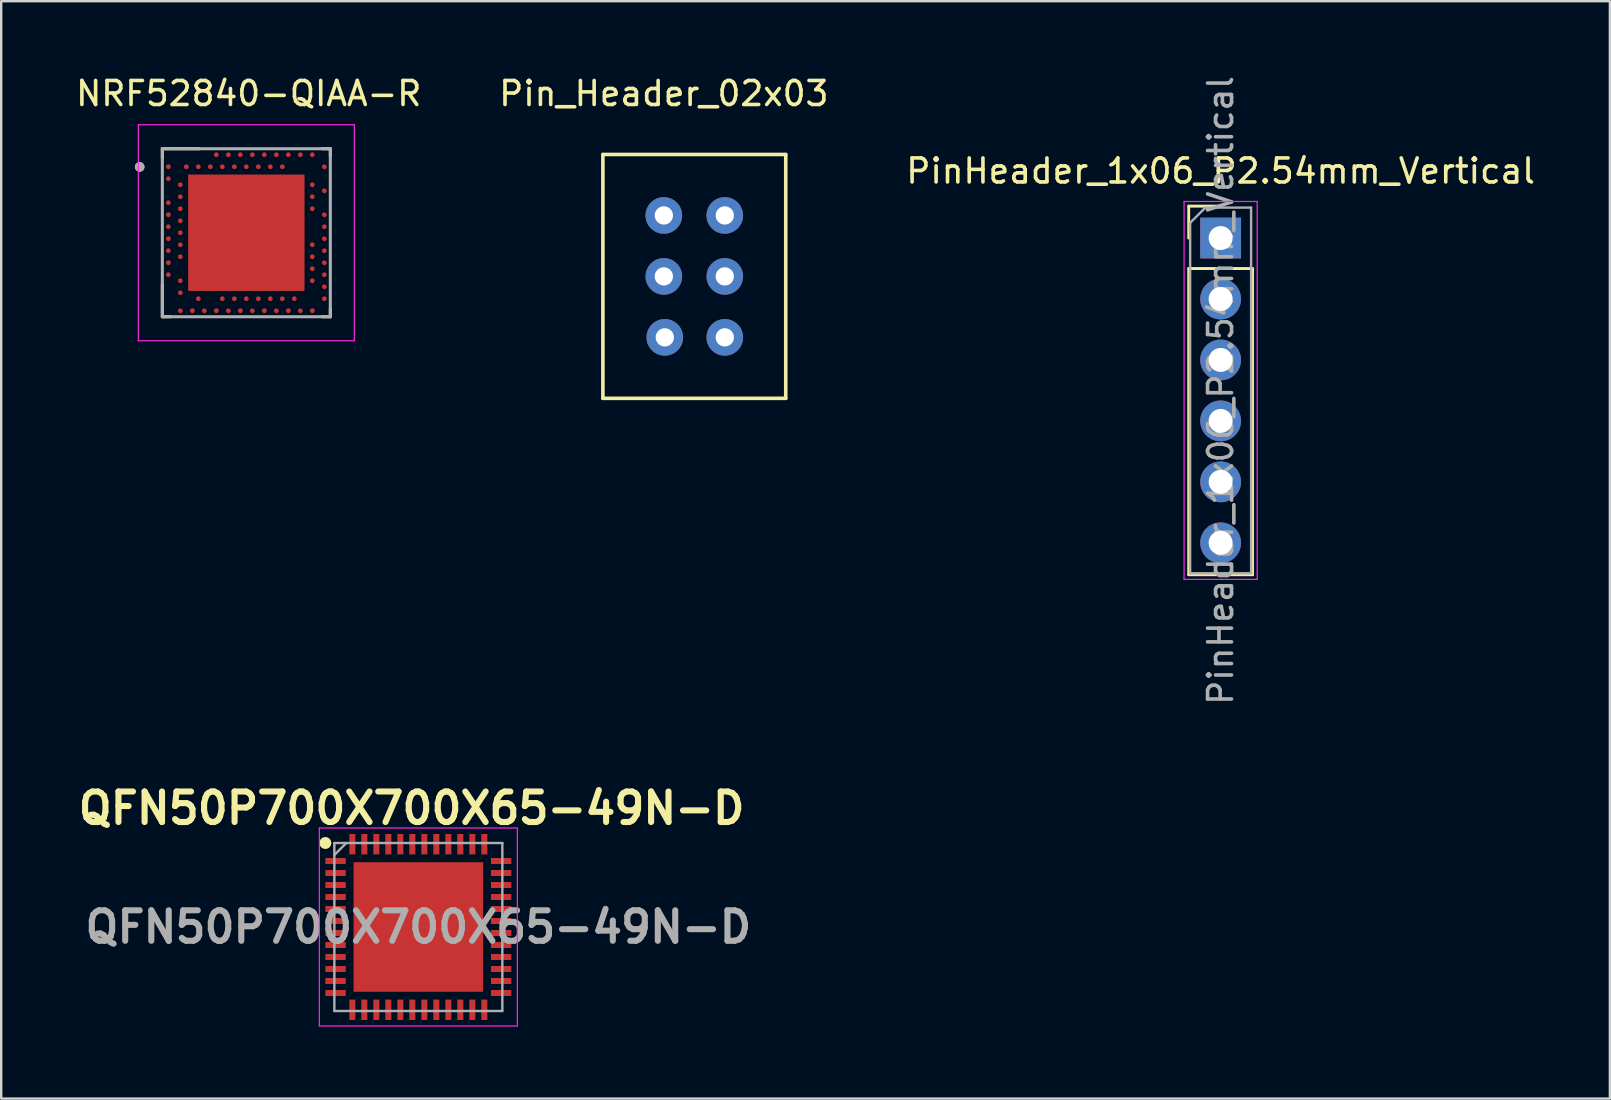
<source format=kicad_pcb>
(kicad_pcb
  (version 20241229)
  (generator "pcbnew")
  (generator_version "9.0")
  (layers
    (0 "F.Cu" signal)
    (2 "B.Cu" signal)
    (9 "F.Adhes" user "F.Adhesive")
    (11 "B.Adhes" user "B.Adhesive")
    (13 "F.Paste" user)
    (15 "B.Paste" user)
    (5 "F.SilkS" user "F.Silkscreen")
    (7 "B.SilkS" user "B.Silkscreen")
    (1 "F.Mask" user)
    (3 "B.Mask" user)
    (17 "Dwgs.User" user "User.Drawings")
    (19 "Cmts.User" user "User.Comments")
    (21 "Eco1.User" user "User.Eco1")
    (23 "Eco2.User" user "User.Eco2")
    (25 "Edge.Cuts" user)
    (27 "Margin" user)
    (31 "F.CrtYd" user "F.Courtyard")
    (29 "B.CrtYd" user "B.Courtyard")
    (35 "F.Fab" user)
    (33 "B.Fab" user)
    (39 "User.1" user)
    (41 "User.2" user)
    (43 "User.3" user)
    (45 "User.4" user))
  (footprint "Pin_Header_02x03"
    (layer "F.Cu")
    (at 24.613 8.468)
    (property "Reference" "Pin_Header_02x03" (at 0 -7.62 0) (layer "F.SilkS") (effects (font (size 1 1) (thickness 0.15))))
    (attr through_hole)
    (fp_line (start -2.54 -5.08) (end -2.54 5.08) (stroke (width 0.15) (type solid)) (layer "F.SilkS"))
    (fp_line (start -2.54 5.08) (end 5.08 5.08) (stroke (width 0.15) (type solid)) (layer "F.SilkS"))
    (fp_line (start 5.08 -5.08) (end -2.54 -5.08) (stroke (width 0.15) (type solid)) (layer "F.SilkS"))
    (fp_line (start 5.08 5.08) (end 5.08 -5.08) (stroke (width 0.15) (type solid)) (layer "F.SilkS"))
    (pad "1" thru_hole circle (at 0.04 2.54) (size 1.524 1.524) (drill 0.762) (layers "*.Cu" "*.Mask"))
    (pad "2" thru_hole circle (at 0 0) (size 1.524 1.524) (drill 0.762) (layers "*.Cu" "*.Mask"))
    (pad "3" thru_hole circle (at 0 -2.54) (size 1.524 1.524) (drill 0.762) (layers "*.Cu" "*.Mask"))
    (pad "4" thru_hole circle (at 2.54 -2.54) (size 1.524 1.524) (drill 0.762) (layers "*.Cu" "*.Mask"))
    (pad "5" thru_hole circle (at 2.54 0) (size 1.524 1.524) (drill 0.762) (layers "*.Cu" "*.Mask"))
    (pad "6" thru_hole circle (at 2.54 2.54) (size 1.524 1.524) (drill 0.762) (layers "*.Cu" "*.Mask")))
  (footprint "NRF52840-QIAA-R"
    (layer "F.Cu")
    (at 7.215 6.648)
    (property "Reference" "NRF52840-QIAA-R" (at 0.1 -5.8 0) (layer "F.SilkS") (effects (font (size 1 1) (thickness 0.15))))
    (attr through_hole)
    (fp_line (start -3.5 -3.5) (end -1.95 -3.5) (stroke (width 0.127) (type solid)) (layer "F.SilkS"))
    (fp_line (start -3.5 -3.1) (end -3.5 -3.5) (stroke (width 0.127) (type solid)) (layer "F.SilkS"))
    (fp_line (start -3.5 3.5) (end -3.5 2.15) (stroke (width 0.127) (type solid)) (layer "F.SilkS"))
    (fp_line (start -3.15 3.5) (end -3.5 3.5) (stroke (width 0.127) (type solid)) (layer "F.SilkS"))
    (fp_line (start 3.15 -3.5) (end 3.5 -3.5) (stroke (width 0.127) (type solid)) (layer "F.SilkS"))
    (fp_line (start 3.5 -3.5) (end 3.5 -3.2) (stroke (width 0.127) (type solid)) (layer "F.SilkS"))
    (fp_line (start 3.5 3.15) (end 3.5 3.5) (stroke (width 0.127) (type solid)) (layer "F.SilkS"))
    (fp_line (start 3.5 3.5) (end 3.15 3.5) (stroke (width 0.127) (type solid)) (layer "F.SilkS"))
    (fp_circle (center -4.445 -2.743) (end -4.345 -2.743) (stroke (width 0.2) (type solid)) (fill no) (layer "F.SilkS"))
    (fp_poly (pts (xy -2.075 -2.075) (xy -0.355 -2.075) (xy -0.355 -0.355) (xy -2.075 -0.355)) (stroke (width 0.01) (type solid)) (fill yes) (layer "F.Paste"))
    (fp_poly (pts (xy -2.075 0.355) (xy -0.355 0.355) (xy -0.355 2.075) (xy -2.075 2.075)) (stroke (width 0.01) (type solid)) (fill yes) (layer "F.Paste"))
    (fp_poly (pts (xy 0.355 -2.075) (xy 2.075 -2.075) (xy 2.075 -0.355) (xy 0.355 -0.355)) (stroke (width 0.01) (type solid)) (fill yes) (layer "F.Paste"))
    (fp_poly (pts (xy 0.355 0.355) (xy 2.075 0.355) (xy 2.075 2.075) (xy 0.355 2.075)) (stroke (width 0.01) (type solid)) (fill yes) (layer "F.Paste"))
    (fp_line (start -4.5 -4.5) (end -4.5 4.5) (stroke (width 0.05) (type solid)) (layer "F.CrtYd"))
    (fp_line (start -4.5 4.5) (end 4.5 4.5) (stroke (width 0.05) (type solid)) (layer "F.CrtYd"))
    (fp_line (start 4.5 -4.5) (end -4.5 -4.5) (stroke (width 0.05) (type solid)) (layer "F.CrtYd"))
    (fp_line (start 4.5 4.5) (end 4.5 -4.5) (stroke (width 0.05) (type solid)) (layer "F.CrtYd"))
    (fp_line (start -3.5 -3.5) (end 3.5 -3.5) (stroke (width 0.127) (type solid)) (layer "F.Fab"))
    (fp_line (start -3.5 3.5) (end -3.5 -3.5) (stroke (width 0.127) (type solid)) (layer "F.Fab"))
    (fp_line (start 3.5 -3.5) (end 3.5 3.5) (stroke (width 0.127) (type solid)) (layer "F.Fab"))
    (fp_line (start 3.5 3.5) (end -3.5 3.5) (stroke (width 0.127) (type solid)) (layer "F.Fab"))
    (fp_circle (center -4.445 -2.743) (end -4.345 -2.743) (stroke (width 0.2) (type solid)) (fill no) (layer "F.Fab"))
    (pad "74" smd rect (at 0 0) (size 4.85 4.85) (layers "F.Cu" "F.Mask"))
    (pad "A8" smd circle (at -1.25 -3.25) (size 0.2 0.2) (layers "F.Cu" "F.Mask" "F.Paste"))
    (pad "A10" smd circle (at -0.75 -3.25) (size 0.2 0.2) (layers "F.Cu" "F.Mask" "F.Paste"))
    (pad "A12" smd circle (at -0.25 -3.25) (size 0.2 0.2) (layers "F.Cu" "F.Mask" "F.Paste"))
    (pad "A14" smd circle (at 0.25 -3.25) (size 0.2 0.2) (layers "F.Cu" "F.Mask" "F.Paste"))
    (pad "A16" smd circle (at 0.75 -3.25) (size 0.2 0.2) (layers "F.Cu" "F.Mask" "F.Paste"))
    (pad "A18" smd circle (at 1.25 -3.25) (size 0.2 0.2) (layers "F.Cu" "F.Mask" "F.Paste"))
    (pad "A20" smd circle (at 1.75 -3.25) (size 0.2 0.2) (layers "F.Cu" "F.Mask" "F.Paste"))
    (pad "A22" smd circle (at 2.25 -3.25) (size 0.2 0.2) (layers "F.Cu" "F.Mask" "F.Paste"))
    (pad "A23" smd circle (at 2.75 -3.25) (size 0.2 0.2) (layers "F.Cu" "F.Mask" "F.Paste"))
    (pad "AA24" smd circle (at 3.25 2.25) (size 0.2 0.2) (layers "F.Cu" "F.Mask" "F.Paste"))
    (pad "AB2" smd circle (at -2.75 2.5) (size 0.2 0.2) (layers "F.Cu" "F.Mask" "F.Paste"))
    (pad "AC5" smd circle (at -2 2.75) (size 0.2 0.2) (layers "F.Cu" "F.Mask" "F.Paste"))
    (pad "AC9" smd circle (at -1 2.75) (size 0.2 0.2) (layers "F.Cu" "F.Mask" "F.Paste"))
    (pad "AC11" smd circle (at -0.5 2.75) (size 0.2 0.2) (layers "F.Cu" "F.Mask" "F.Paste"))
    (pad "AC13" smd circle (at 0 2.75) (size 0.2 0.2) (layers "F.Cu" "F.Mask" "F.Paste"))
    (pad "AC15" smd circle (at 0.5 2.75) (size 0.2 0.2) (layers "F.Cu" "F.Mask" "F.Paste"))
    (pad "AC17" smd circle (at 1 2.75) (size 0.2 0.2) (layers "F.Cu" "F.Mask" "F.Paste"))
    (pad "AC19" smd circle (at 1.5 2.75) (size 0.2 0.2) (layers "F.Cu" "F.Mask" "F.Paste"))
    (pad "AC21" smd circle (at 2 2.75) (size 0.2 0.2) (layers "F.Cu" "F.Mask" "F.Paste"))
    (pad "AC24" smd circle (at 3.25 2.75) (size 0.2 0.2) (layers "F.Cu" "F.Mask" "F.Paste"))
    (pad "AD2" smd circle (at -2.75 3.25) (size 0.2 0.2) (layers "F.Cu" "F.Mask" "F.Paste"))
    (pad "AD4" smd circle (at -2.25 3.25) (size 0.2 0.2) (layers "F.Cu" "F.Mask" "F.Paste"))
    (pad "AD6" smd circle (at -1.75 3.25) (size 0.2 0.2) (layers "F.Cu" "F.Mask" "F.Paste"))
    (pad "AD8" smd circle (at -1.25 3.25) (size 0.2 0.2) (layers "F.Cu" "F.Mask" "F.Paste"))
    (pad "AD10" smd circle (at -0.75 3.25) (size 0.2 0.2) (layers "F.Cu" "F.Mask" "F.Paste"))
    (pad "AD12" smd circle (at -0.25 3.25) (size 0.2 0.2) (layers "F.Cu" "F.Mask" "F.Paste"))
    (pad "AD14" smd circle (at 0.25 3.25) (size 0.2 0.2) (layers "F.Cu" "F.Mask" "F.Paste"))
    (pad "AD16" smd circle (at 0.75 3.25) (size 0.2 0.2) (layers "F.Cu" "F.Mask" "F.Paste"))
    (pad "AD18" smd circle (at 1.25 3.25) (size 0.2 0.2) (layers "F.Cu" "F.Mask" "F.Paste"))
    (pad "AD20" smd circle (at 1.75 3.25) (size 0.2 0.2) (layers "F.Cu" "F.Mask" "F.Paste"))
    (pad "AD22" smd circle (at 2.25 3.25) (size 0.2 0.2) (layers "F.Cu" "F.Mask" "F.Paste"))
    (pad "AD23" smd circle (at 2.75 3.25) (size 0.2 0.2) (layers "F.Cu" "F.Mask" "F.Paste"))
    (pad "B1" smd circle (at -3.25 -2.75) (size 0.2 0.2) (layers "F.Cu" "F.Mask" "F.Paste"))
    (pad "B3" smd circle (at -2.5 -2.75) (size 0.2 0.2) (layers "F.Cu" "F.Mask" "F.Paste"))
    (pad "B5" smd circle (at -2 -2.75) (size 0.2 0.2) (layers "F.Cu" "F.Mask" "F.Paste"))
    (pad "B7" smd circle (at -1.5 -2.75) (size 0.2 0.2) (layers "F.Cu" "F.Mask" "F.Paste"))
    (pad "B9" smd circle (at -1 -2.75) (size 0.2 0.2) (layers "F.Cu" "F.Mask" "F.Paste"))
    (pad "B11" smd circle (at -0.5 -2.75) (size 0.2 0.2) (layers "F.Cu" "F.Mask" "F.Paste"))
    (pad "B13" smd circle (at 0 -2.75) (size 0.2 0.2) (layers "F.Cu" "F.Mask" "F.Paste"))
    (pad "B15" smd circle (at 0.5 -2.75) (size 0.2 0.2) (layers "F.Cu" "F.Mask" "F.Paste"))
    (pad "B17" smd circle (at 1 -2.75) (size 0.2 0.2) (layers "F.Cu" "F.Mask" "F.Paste"))
    (pad "B19" smd circle (at 1.5 -2.75) (size 0.2 0.2) (layers "F.Cu" "F.Mask" "F.Paste"))
    (pad "B24" smd circle (at 3.25 -2.75) (size 0.2 0.2) (layers "F.Cu" "F.Mask" "F.Paste"))
    (pad "C1" smd circle (at -3.25 -2.25) (size 0.2 0.2) (layers "F.Cu" "F.Mask" "F.Paste"))
    (pad "D2" smd circle (at -2.75 -2) (size 0.2 0.2) (layers "F.Cu" "F.Mask" "F.Paste"))
    (pad "D23" smd circle (at 2.75 -2) (size 0.2 0.2) (layers "F.Cu" "F.Mask" "F.Paste"))
    (pad "E24" smd circle (at 3.25 -1.75) (size 0.2 0.2) (layers "F.Cu" "F.Mask" "F.Paste"))
    (pad "F2" smd circle (at -2.75 -1.5) (size 0.2 0.2) (layers "F.Cu" "F.Mask" "F.Paste"))
    (pad "F23" smd circle (at 2.75 -1.5) (size 0.2 0.2) (layers "F.Cu" "F.Mask" "F.Paste"))
    (pad "G1" smd circle (at -3.25 -1.25) (size 0.2 0.2) (layers "F.Cu" "F.Mask" "F.Paste"))
    (pad "H2" smd circle (at -2.75 -1) (size 0.2 0.2) (layers "F.Cu" "F.Mask" "F.Paste"))
    (pad "H23" smd circle (at 2.75 -1) (size 0.2 0.2) (layers "F.Cu" "F.Mask" "F.Paste"))
    (pad "J1" smd circle (at -3.25 -0.75) (size 0.2 0.2) (layers "F.Cu" "F.Mask" "F.Paste"))
    (pad "J24" smd circle (at 3.25 -0.75) (size 0.2 0.2) (layers "F.Cu" "F.Mask" "F.Paste"))
    (pad "K2" smd circle (at -2.75 -0.5) (size 0.2 0.2) (layers "F.Cu" "F.Mask" "F.Paste"))
    (pad "L1" smd circle (at -3.25 -0.25 270) (size 0.2 0.2) (layers "F.Cu" "F.Mask" "F.Paste"))
    (pad "L24" smd circle (at 3.25 -0.25) (size 0.2 0.2) (layers "F.Cu" "F.Mask" "F.Paste"))
    (pad "M2" smd circle (at -2.75 0) (size 0.2 0.2) (layers "F.Cu" "F.Mask" "F.Paste"))
    (pad "N1" smd circle (at -3.25 0.25) (size 0.2 0.2) (layers "F.Cu" "F.Mask" "F.Paste"))
    (pad "N24" smd circle (at 3.25 0.25) (size 0.2 0.2) (layers "F.Cu" "F.Mask" "F.Paste"))
    (pad "P2" smd circle (at -2.75 0.5) (size 0.2 0.2) (layers "F.Cu" "F.Mask" "F.Paste"))
    (pad "P23" smd circle (at 2.75 0.5) (size 0.2 0.2) (layers "F.Cu" "F.Mask" "F.Paste"))
    (pad "R1" smd circle (at -3.25 0.75) (size 0.2 0.2) (layers "F.Cu" "F.Mask" "F.Paste"))
    (pad "R24" smd circle (at 3.25 0.75) (size 0.2 0.2) (layers "F.Cu" "F.Mask" "F.Paste"))
    (pad "T2" smd circle (at -2.75 1) (size 0.2 0.2) (layers "F.Cu" "F.Mask" "F.Paste"))
    (pad "T23" smd circle (at 2.75 1) (size 0.2 0.2) (layers "F.Cu" "F.Mask" "F.Paste"))
    (pad "U1" smd circle (at -3.25 1.25) (size 0.2 0.2) (layers "F.Cu" "F.Mask" "F.Paste"))
    (pad "U24" smd circle (at 3.25 1.25) (size 0.2 0.2) (layers "F.Cu" "F.Mask" "F.Paste"))
    (pad "V23" smd circle (at 2.75 1.5) (size 0.2 0.2) (layers "F.Cu" "F.Mask" "F.Paste"))
    (pad "W1" smd circle (at -3.25 1.75) (size 0.2 0.2) (layers "F.Cu" "F.Mask" "F.Paste"))
    (pad "W24" smd circle (at 3.25 1.75) (size 0.2 0.2) (layers "F.Cu" "F.Mask" "F.Paste"))
    (pad "Y2" smd circle (at -2.75 2) (size 0.2 0.2) (layers "F.Cu" "F.Mask" "F.Paste"))
    (pad "Y23" smd circle (at 2.75 2) (size 0.2 0.2) (layers "F.Cu" "F.Mask" "F.Paste")))
  (footprint "QFN50P700X700X65-49N-D"
    (layer "F.Cu")
    (at 14.383 35.579)
    (property "Reference" "QFN50P700X700X65-49N-D" (at -0.28 -4.95 0) (layer "F.SilkS") (effects (font (size 1.27 1.27) (thickness 0.254))))
    (attr smd)
    (fp_circle (center -3.875 -3.5) (end -3.875 -3.375) (stroke (width 0.25) (type solid)) (fill no) (layer "F.SilkS"))
    (fp_line (start -4.125 -4.125) (end 4.125 -4.125) (stroke (width 0.05) (type solid)) (layer "F.CrtYd"))
    (fp_line (start -4.125 4.125) (end -4.125 -4.125) (stroke (width 0.05) (type solid)) (layer "F.CrtYd"))
    (fp_line (start 4.125 -4.125) (end 4.125 4.125) (stroke (width 0.05) (type solid)) (layer "F.CrtYd"))
    (fp_line (start 4.125 4.125) (end -4.125 4.125) (stroke (width 0.05) (type solid)) (layer "F.CrtYd"))
    (fp_line (start -3.5 -3.5) (end 3.5 -3.5) (stroke (width 0.1) (type solid)) (layer "F.Fab"))
    (fp_line (start -3.5 -3) (end -3 -3.5) (stroke (width 0.1) (type solid)) (layer "F.Fab"))
    (fp_line (start -3.5 3.5) (end -3.5 -3.5) (stroke (width 0.1) (type solid)) (layer "F.Fab"))
    (fp_line (start 3.5 -3.5) (end 3.5 3.5) (stroke (width 0.1) (type solid)) (layer "F.Fab"))
    (fp_line (start 3.5 3.5) (end -3.5 3.5) (stroke (width 0.1) (type solid)) (layer "F.Fab"))
    (fp_text user "${REFERENCE}" (at 0 0 0) (layer "F.Fab") (effects (font (size 1.27 1.27) (thickness 0.254))))
    (pad "1" smd rect (at -3.45 -2.75 90) (size 0.25 0.85) (layers "F.Cu" "F.Mask" "F.Paste"))
    (pad "2" smd rect (at -3.45 -2.25 90) (size 0.25 0.85) (layers "F.Cu" "F.Mask" "F.Paste"))
    (pad "3" smd rect (at -3.45 -1.75 90) (size 0.25 0.85) (layers "F.Cu" "F.Mask" "F.Paste"))
    (pad "4" smd rect (at -3.45 -1.25 90) (size 0.25 0.85) (layers "F.Cu" "F.Mask" "F.Paste"))
    (pad "5" smd rect (at -3.45 -0.75 90) (size 0.25 0.85) (layers "F.Cu" "F.Mask" "F.Paste"))
    (pad "6" smd rect (at -3.45 -0.25 90) (size 0.25 0.85) (layers "F.Cu" "F.Mask" "F.Paste"))
    (pad "7" smd rect (at -3.45 0.25 90) (size 0.25 0.85) (layers "F.Cu" "F.Mask" "F.Paste"))
    (pad "8" smd rect (at -3.45 0.75 90) (size 0.25 0.85) (layers "F.Cu" "F.Mask" "F.Paste"))
    (pad "9" smd rect (at -3.45 1.25 90) (size 0.25 0.85) (layers "F.Cu" "F.Mask" "F.Paste"))
    (pad "10" smd rect (at -3.45 1.75 90) (size 0.25 0.85) (layers "F.Cu" "F.Mask" "F.Paste"))
    (pad "11" smd rect (at -3.45 2.25 90) (size 0.25 0.85) (layers "F.Cu" "F.Mask" "F.Paste"))
    (pad "12" smd rect (at -3.45 2.75 90) (size 0.25 0.85) (layers "F.Cu" "F.Mask" "F.Paste"))
    (pad "13" smd rect (at -2.75 3.45) (size 0.25 0.85) (layers "F.Cu" "F.Mask" "F.Paste"))
    (pad "14" smd rect (at -2.25 3.45) (size 0.25 0.85) (layers "F.Cu" "F.Mask" "F.Paste"))
    (pad "15" smd rect (at -1.75 3.45) (size 0.25 0.85) (layers "F.Cu" "F.Mask" "F.Paste"))
    (pad "16" smd rect (at -1.25 3.45) (size 0.25 0.85) (layers "F.Cu" "F.Mask" "F.Paste"))
    (pad "17" smd rect (at -0.75 3.45) (size 0.25 0.85) (layers "F.Cu" "F.Mask" "F.Paste"))
    (pad "18" smd rect (at -0.25 3.45) (size 0.25 0.85) (layers "F.Cu" "F.Mask" "F.Paste"))
    (pad "19" smd rect (at 0.25 3.45) (size 0.25 0.85) (layers "F.Cu" "F.Mask" "F.Paste"))
    (pad "20" smd rect (at 0.75 3.45) (size 0.25 0.85) (layers "F.Cu" "F.Mask" "F.Paste"))
    (pad "21" smd rect (at 1.25 3.45) (size 0.25 0.85) (layers "F.Cu" "F.Mask" "F.Paste"))
    (pad "22" smd rect (at 1.75 3.45) (size 0.25 0.85) (layers "F.Cu" "F.Mask" "F.Paste"))
    (pad "23" smd rect (at 2.25 3.45) (size 0.25 0.85) (layers "F.Cu" "F.Mask" "F.Paste"))
    (pad "24" smd rect (at 2.75 3.45) (size 0.25 0.85) (layers "F.Cu" "F.Mask" "F.Paste"))
    (pad "25" smd rect (at 3.45 2.75 90) (size 0.25 0.85) (layers "F.Cu" "F.Mask" "F.Paste"))
    (pad "26" smd rect (at 3.45 2.25 90) (size 0.25 0.85) (layers "F.Cu" "F.Mask" "F.Paste"))
    (pad "27" smd rect (at 3.45 1.75 90) (size 0.25 0.85) (layers "F.Cu" "F.Mask" "F.Paste"))
    (pad "28" smd rect (at 3.45 1.25 90) (size 0.25 0.85) (layers "F.Cu" "F.Mask" "F.Paste"))
    (pad "29" smd rect (at 3.45 0.75 90) (size 0.25 0.85) (layers "F.Cu" "F.Mask" "F.Paste"))
    (pad "30" smd rect (at 3.45 0.25 90) (size 0.25 0.85) (layers "F.Cu" "F.Mask" "F.Paste"))
    (pad "31" smd rect (at 3.45 -0.25 90) (size 0.25 0.85) (layers "F.Cu" "F.Mask" "F.Paste"))
    (pad "32" smd rect (at 3.45 -0.75 90) (size 0.25 0.85) (layers "F.Cu" "F.Mask" "F.Paste"))
    (pad "33" smd rect (at 3.45 -1.25 90) (size 0.25 0.85) (layers "F.Cu" "F.Mask" "F.Paste"))
    (pad "34" smd rect (at 3.45 -1.75 90) (size 0.25 0.85) (layers "F.Cu" "F.Mask" "F.Paste"))
    (pad "35" smd rect (at 3.45 -2.25 90) (size 0.25 0.85) (layers "F.Cu" "F.Mask" "F.Paste"))
    (pad "36" smd rect (at 3.45 -2.75 90) (size 0.25 0.85) (layers "F.Cu" "F.Mask" "F.Paste"))
    (pad "37" smd rect (at 2.75 -3.45) (size 0.25 0.85) (layers "F.Cu" "F.Mask" "F.Paste"))
    (pad "38" smd rect (at 2.25 -3.45) (size 0.25 0.85) (layers "F.Cu" "F.Mask" "F.Paste"))
    (pad "39" smd rect (at 1.75 -3.45) (size 0.25 0.85) (layers "F.Cu" "F.Mask" "F.Paste"))
    (pad "40" smd rect (at 1.25 -3.45) (size 0.25 0.85) (layers "F.Cu" "F.Mask" "F.Paste"))
    (pad "41" smd rect (at 0.75 -3.45) (size 0.25 0.85) (layers "F.Cu" "F.Mask" "F.Paste"))
    (pad "42" smd rect (at 0.25 -3.45) (size 0.25 0.85) (layers "F.Cu" "F.Mask" "F.Paste"))
    (pad "43" smd rect (at -0.25 -3.45) (size 0.25 0.85) (layers "F.Cu" "F.Mask" "F.Paste"))
    (pad "44" smd rect (at -0.75 -3.45) (size 0.25 0.85) (layers "F.Cu" "F.Mask" "F.Paste"))
    (pad "45" smd rect (at -1.25 -3.45) (size 0.25 0.85) (layers "F.Cu" "F.Mask" "F.Paste"))
    (pad "46" smd rect (at -1.75 -3.45) (size 0.25 0.85) (layers "F.Cu" "F.Mask" "F.Paste"))
    (pad "47" smd rect (at -2.25 -3.45) (size 0.25 0.85) (layers "F.Cu" "F.Mask" "F.Paste"))
    (pad "48" smd rect (at -2.75 -3.45) (size 0.25 0.85) (layers "F.Cu" "F.Mask" "F.Paste"))
    (pad "49" smd rect (at 0 0) (size 5.4 5.4) (layers "F.Cu" "F.Mask" "F.Paste")))
  (footprint "PinHeader_1x06_P2.54mm_Vertical"
    (layer "F.Cu")
    (at 47.815 6.87)
    (property "Reference" "PinHeader_1x06_P2.54mm_Vertical" (at 0 -2.794 0) (layer "F.SilkS") (effects (font (size 1 1) (thickness 0.15))))
    (attr through_hole)
    (fp_line (start -1.33 -1.33) (end 0 -1.33) (stroke (width 0.12) (type solid)) (layer "F.SilkS"))
    (fp_line (start -1.33 0) (end -1.33 -1.33) (stroke (width 0.12) (type solid)) (layer "F.SilkS"))
    (fp_line (start -1.33 1.27) (end -1.33 14.03) (stroke (width 0.12) (type solid)) (layer "F.SilkS"))
    (fp_line (start -1.33 1.27) (end 1.33 1.27) (stroke (width 0.12) (type solid)) (layer "F.SilkS"))
    (fp_line (start -1.33 14.03) (end 1.33 14.03) (stroke (width 0.12) (type solid)) (layer "F.SilkS"))
    (fp_line (start 1.33 1.27) (end 1.33 14.03) (stroke (width 0.12) (type solid)) (layer "F.SilkS"))
    (fp_line (start -1.524 -1.524) (end -1.524 14.224) (stroke (width 0.05) (type solid)) (layer "F.CrtYd"))
    (fp_line (start -1.524 14.224) (end 1.524 14.224) (stroke (width 0.05) (type solid)) (layer "F.CrtYd"))
    (fp_line (start 1.524 -1.524) (end -1.524 -1.524) (stroke (width 0.05) (type solid)) (layer "F.CrtYd"))
    (fp_line (start 1.524 14.224) (end 1.524 -1.524) (stroke (width 0.05) (type solid)) (layer "F.CrtYd"))
    (fp_line (start -1.27 -0.635) (end -0.635 -1.27) (stroke (width 0.1) (type solid)) (layer "F.Fab"))
    (fp_line (start -1.27 13.97) (end -1.27 -0.635) (stroke (width 0.1) (type solid)) (layer "F.Fab"))
    (fp_line (start -0.635 -1.27) (end 1.27 -1.27) (stroke (width 0.1) (type solid)) (layer "F.Fab"))
    (fp_line (start 1.27 -1.27) (end 1.27 13.97) (stroke (width 0.1) (type solid)) (layer "F.Fab"))
    (fp_line (start 1.27 13.97) (end -1.27 13.97) (stroke (width 0.1) (type solid)) (layer "F.Fab"))
    (fp_text user "${REFERENCE}" (at 0 6.35 90) (layer "F.Fab") (effects (font (size 1 1) (thickness 0.15))))
    (pad "1" thru_hole rect (at 0 0) (size 1.7 1.7) (drill 1) (layers "*.Cu" "*.Mask"))
    (pad "2" thru_hole oval (at 0 2.54) (size 1.7 1.7) (drill 1) (layers "*.Cu" "*.Mask"))
    (pad "3" thru_hole oval (at 0 5.08) (size 1.7 1.7) (drill 1) (layers "*.Cu" "*.Mask"))
    (pad "4" thru_hole oval (at 0 7.62) (size 1.7 1.7) (drill 1) (layers "*.Cu" "*.Mask"))
    (pad "5" thru_hole oval (at 0 10.16) (size 1.7 1.7) (drill 1) (layers "*.Cu" "*.Mask"))
    (pad "6" thru_hole oval (at 0 12.7) (size 1.7 1.7) (drill 1) (layers "*.Cu" "*.Mask")))
  (gr_rect
    (start -3 -3)
    (end 64.036 42.729)
    (stroke (width 0.1) (type default))
    (fill no)
    (layer "Edge.Cuts")))
</source>
